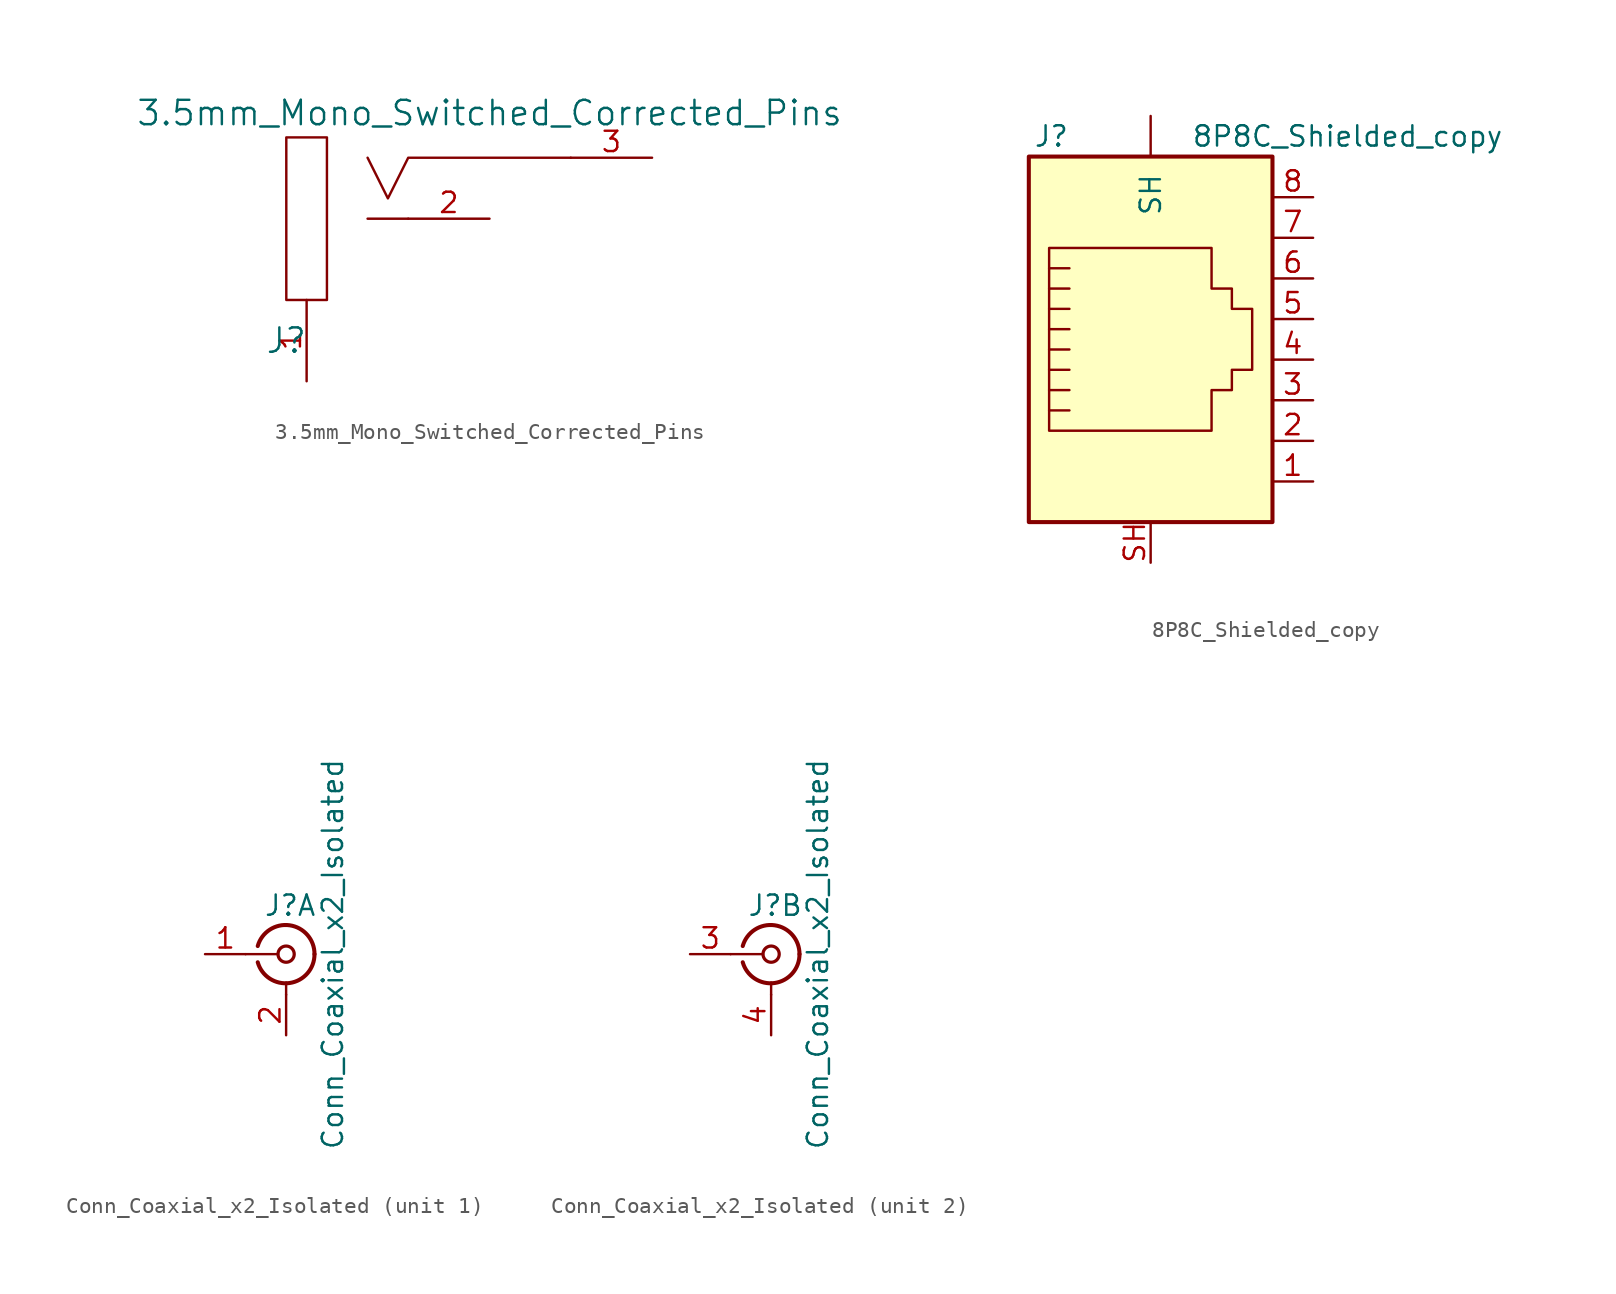
<source format=kicad_sym>
(kicad_symbol_lib
  (version 20211014)
  (generator kicad_symbol_editor)
  (symbol "3.5mm_Mono_Switched_Corrected_Pins"
    (pin_names
      (offset 0) hide)
    (property "Reference" "J"
      (at -6.35 -7.62 0)
      (effects (font (size 1.524 1.524))))
    (property "Value" "3.5mm_Mono_Switched_Corrected_Pins"
      (at 6.35 6.604 0)
      (effects (font (size 1.524 1.524))))
    (property "Datasheet" ""
      (at 0 0 0)
      (effects (font (size 1.524 1.524))))
    (symbol "3.5mm_Mono_Switched_Corrected_Pins_0_0"
      (rectangle (start -6.35 5.08) (end -3.81 -5.08) (stroke (width 0) (type default) (color 0 0 0 0)) (fill (type none)))
      (polyline (pts (xy -1.27 0) (xy 1.27 0)) (stroke (width 0) (type default) (color 0 0 0 0)) (fill (type none)))
      (polyline (pts (xy -1.27 3.81) (xy 0 1.27) (xy 1.27 3.81) (xy 11.43 3.81)) (stroke (width 0) (type default) (color 0 0 0 0)) (fill (type none))))
    (symbol "3.5mm_Mono_Switched_Corrected_Pins_1_1"
      (pin passive line (at -5.08 -10.16 90) (length 5.08) (name "SHEILD" (effects (font (size 1.27 1.27)))) (number "1" (effects (font (size 1.27 1.27)))))
      (pin passive line (at 6.35 0 180) (length 5.08) (name "SW" (effects (font (size 1.27 1.27)))) (number "2" (effects (font (size 1.27 1.27)))))
      (pin passive line (at 16.51 3.81 180) (length 5.08) (name "SIG" (effects (font (size 1.27 1.27)))) (number "3" (effects (font (size 1.27 1.27)))))))
  (symbol "8P8C_Shielded_copy"
    (pin_names
      (offset 1.016))
    (property "Reference" "J"
      (at -5.08 13.97 0)
      (effects (font (size 1.27 1.27)) (justify right)))
    (property "Value" "8P8C_Shielded_copy"
      (at 2.54 13.97 0)
      (effects (font (size 1.27 1.27)) (justify left)))
    (symbol "8P8C_Shielded_copy_0_1"
      (polyline (pts (xy -5.08 4.445) (xy -6.35 4.445)) (stroke (width 0) (type default) (color 0 0 0 0)) (fill (type none)))
      (polyline (pts (xy -5.08 5.715) (xy -6.35 5.715)) (stroke (width 0) (type default) (color 0 0 0 0)) (fill (type none)))
      (polyline (pts (xy -6.35 -3.175) (xy -5.08 -3.175) (xy -5.08 -3.175)) (stroke (width 0) (type default) (color 0 0 0 0)) (fill (type none)))
      (polyline (pts (xy -6.35 -1.905) (xy -5.08 -1.905) (xy -5.08 -1.905)) (stroke (width 0) (type default) (color 0 0 0 0)) (fill (type none)))
      (polyline (pts (xy -6.35 -0.635) (xy -5.08 -0.635) (xy -5.08 -0.635)) (stroke (width 0) (type default) (color 0 0 0 0)) (fill (type none)))
      (polyline (pts (xy -6.35 0.635) (xy -5.08 0.635) (xy -5.08 0.635)) (stroke (width 0) (type default) (color 0 0 0 0)) (fill (type none)))
      (polyline (pts (xy -6.35 1.905) (xy -5.08 1.905) (xy -5.08 1.905)) (stroke (width 0) (type default) (color 0 0 0 0)) (fill (type none)))
      (polyline (pts (xy -5.08 3.175) (xy -6.35 3.175) (xy -6.35 3.175)) (stroke (width 0) (type default) (color 0 0 0 0)) (fill (type none)))
      (polyline (pts (xy -6.35 -4.445) (xy -6.35 6.985) (xy 3.81 6.985) (xy 3.81 4.445) (xy 5.08 4.445) (xy 5.08 3.175) (xy 6.35 3.175) (xy 6.35 -0.635) (xy 5.08 -0.635) (xy 5.08 -1.905) (xy 3.81 -1.905) (xy 3.81 -4.445) (xy -6.35 -4.445) (xy -6.35 -4.445)) (stroke (width 0) (type default) (color 0 0 0 0)) (fill (type none)))
      (rectangle (start 7.62 12.7) (end -7.62 -10.16) (stroke (width 0.254) (type default) (color 0 0 0 0)) (fill (type background))))
    (symbol "8P8C_Shielded_copy_1_1"
      (pin passive line (at 10.16 -7.62 180) (length 2.54) (name "~" (effects (font (size 1.27 1.27)))) (number "1" (effects (font (size 1.27 1.27)))))
      (pin passive line (at 10.16 -5.08 180) (length 2.54) (name "~" (effects (font (size 1.27 1.27)))) (number "2" (effects (font (size 1.27 1.27)))))
      (pin passive line (at 10.16 -2.54 180) (length 2.54) (name "~" (effects (font (size 1.27 1.27)))) (number "3" (effects (font (size 1.27 1.27)))))
      (pin passive line (at 10.16 0 180) (length 2.54) (name "~" (effects (font (size 1.27 1.27)))) (number "4" (effects (font (size 1.27 1.27)))))
      (pin passive line (at 10.16 2.54 180) (length 2.54) (name "~" (effects (font (size 1.27 1.27)))) (number "5" (effects (font (size 1.27 1.27)))))
      (pin passive line (at 10.16 5.08 180) (length 2.54) (name "~" (effects (font (size 1.27 1.27)))) (number "6" (effects (font (size 1.27 1.27)))))
      (pin passive line (at 10.16 7.62 180) (length 2.54) (name "~" (effects (font (size 1.27 1.27)))) (number "7" (effects (font (size 1.27 1.27)))))
      (pin passive line (at 10.16 10.16 180) (length 2.54) (name "~" (effects (font (size 1.27 1.27)))) (number "8" (effects (font (size 1.27 1.27)))))
      (pin passive line (at 0 -12.7 90) (length 2.54) (name "~" (effects (font (size 1.27 1.27)))) (number "SH" (effects (font (size 1.27 1.27)))))
      (pin passive line (at 0 15.24 270) (length 2.54) (name "SH" (effects (font (size 1.27 1.27)))) (number "~" (effects (font (size 1.27 1.27)))))))
  (symbol "Conn_Coaxial_x2_Isolated"
    (pin_names
      (offset 1.016) hide)
    (property "Reference" "J"
      (at 0.254 3.048 0)
      (effects (font (size 1.27 1.27))))
    (property "Value" "Conn_Coaxial_x2_Isolated"
      (at 2.921 0 90)
      (effects (font (size 1.27 1.27))))
    (symbol "Conn_Coaxial_x2_Isolated_0_1"
      (arc (start -1.778 -0.508) (mid 0.2311 -1.8066) (end 1.778 0) (stroke (width 0.254) (type default) (color 0 0 0 0)) (fill (type none)))
      (polyline (pts (xy -2.54 0) (xy -0.508 0)) (stroke (width 0) (type default) (color 0 0 0 0)) (fill (type none)))
      (polyline (pts (xy 0 -2.54) (xy 0 -1.778)) (stroke (width 0) (type default) (color 0 0 0 0)) (fill (type none)))
      (circle (center 0 0) (radius 0.508) (stroke (width 0.203) (type default) (color 0 0 0 0)) (fill (type none)))
      (arc (start 1.778 0) (mid 0.2099 1.8101) (end -1.778 0.508) (stroke (width 0.254) (type default) (color 0 0 0 0)) (fill (type none))))
    (symbol "Conn_Coaxial_x2_Isolated_1_1"
      (pin passive line (at -5.08 0 0) (length 2.54) (name "In1" (effects (font (size 1.27 1.27)))) (number "1" (effects (font (size 1.27 1.27)))))
      (pin passive line (at 0 -5.08 90) (length 2.54) (name "Ext1" (effects (font (size 1.27 1.27)))) (number "2" (effects (font (size 1.27 1.27))))))
    (symbol "Conn_Coaxial_x2_Isolated_2_1"
      (pin passive line (at -5.08 0 0) (length 2.54) (name "In2" (effects (font (size 1.27 1.27)))) (number "3" (effects (font (size 1.27 1.27)))))
      (pin passive line (at 0 -5.08 90) (length 2.54) (name "Ext2" (effects (font (size 1.27 1.27)))) (number "4" (effects (font (size 1.27 1.27))))))))
</source>
